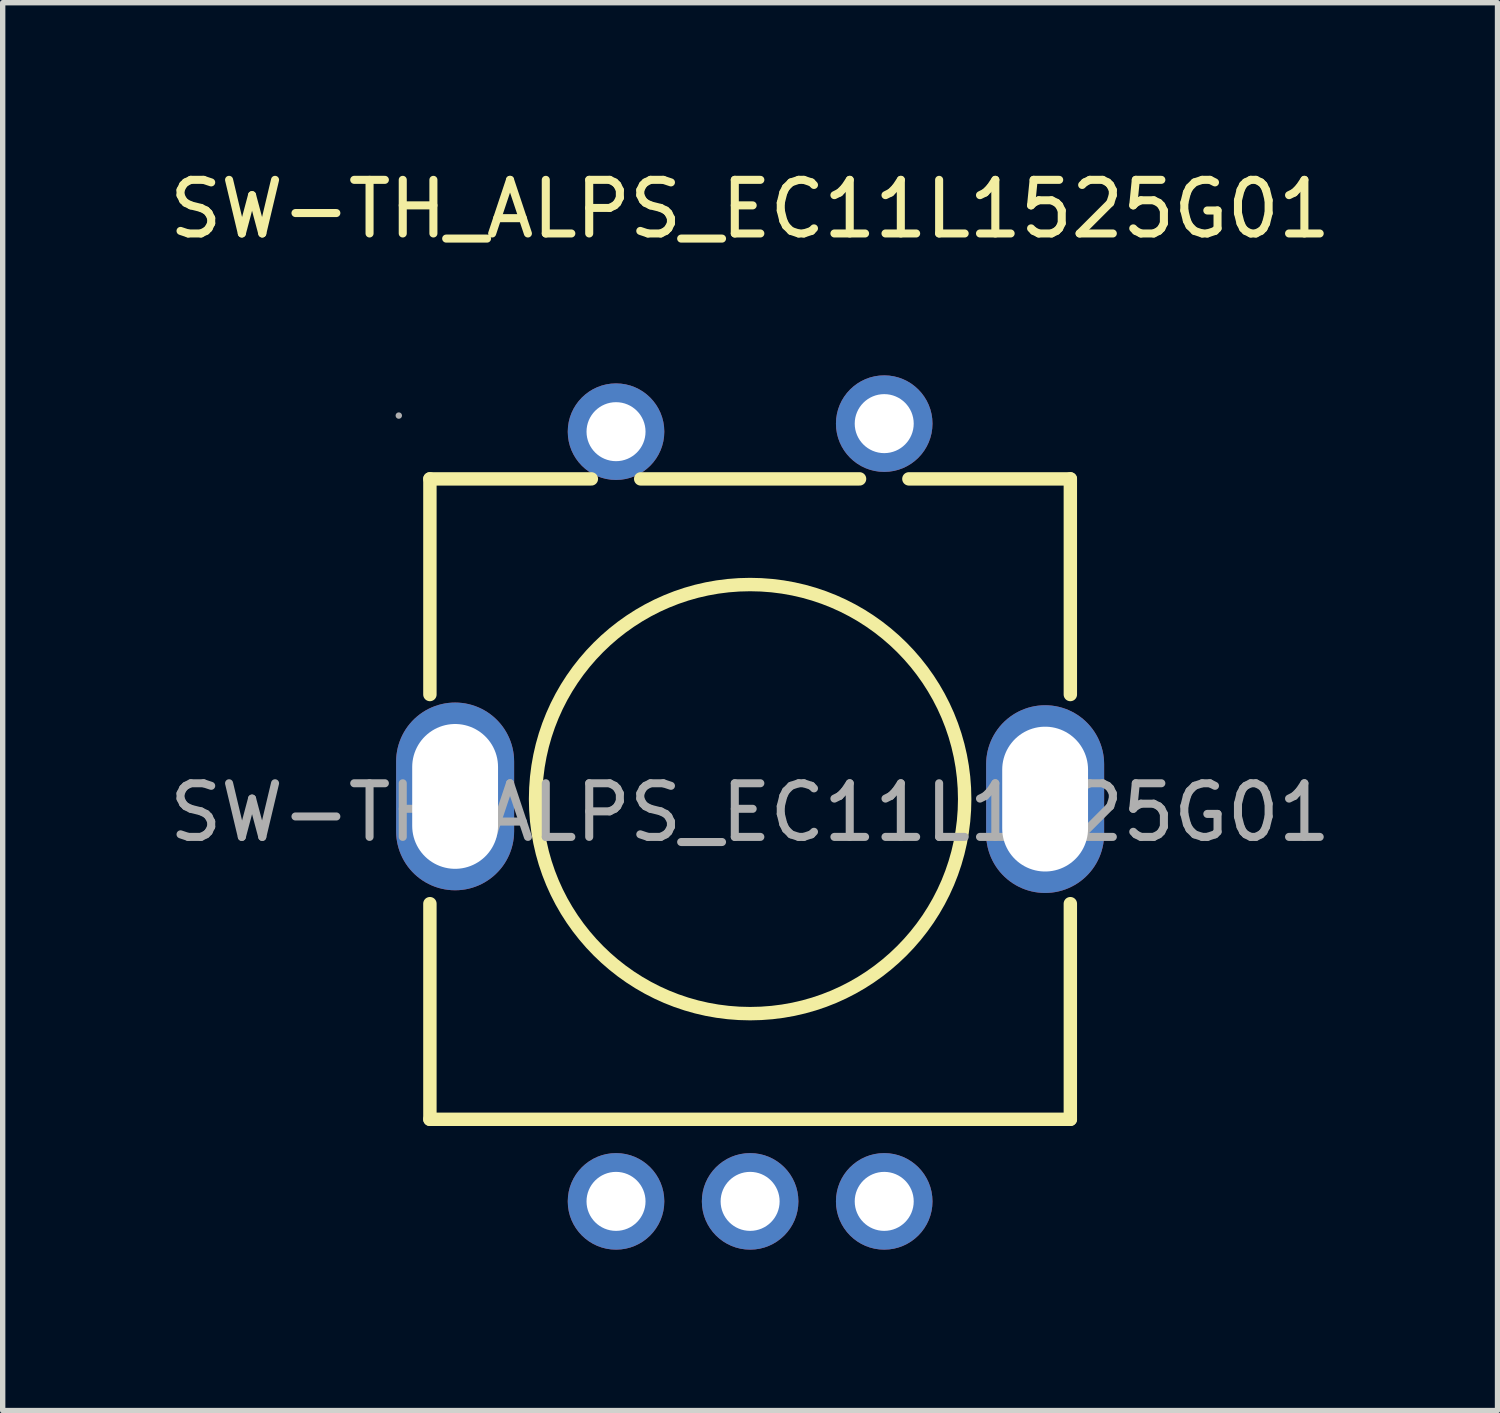
<source format=kicad_pcb>
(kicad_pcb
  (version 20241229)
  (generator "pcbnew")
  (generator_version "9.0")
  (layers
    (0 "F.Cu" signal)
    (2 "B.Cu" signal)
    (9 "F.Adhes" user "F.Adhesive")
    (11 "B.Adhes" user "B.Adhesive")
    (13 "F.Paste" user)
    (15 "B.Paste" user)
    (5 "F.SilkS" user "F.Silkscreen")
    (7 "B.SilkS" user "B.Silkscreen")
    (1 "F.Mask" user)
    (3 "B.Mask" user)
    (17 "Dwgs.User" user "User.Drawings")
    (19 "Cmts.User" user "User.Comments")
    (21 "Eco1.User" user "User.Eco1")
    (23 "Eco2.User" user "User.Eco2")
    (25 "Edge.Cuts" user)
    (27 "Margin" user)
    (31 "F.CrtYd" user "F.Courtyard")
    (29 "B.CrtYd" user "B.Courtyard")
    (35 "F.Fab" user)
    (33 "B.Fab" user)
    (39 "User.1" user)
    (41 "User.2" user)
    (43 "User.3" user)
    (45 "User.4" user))
  (footprint "SW-TH_ALPS_EC11L1525G01"
    (layer "F.Cu")
    (at 10.935 12.098)
    (property "Reference" "SW-TH_ALPS_EC11L1525G01" (at 0 -11.25 0) (layer "F.SilkS") (effects (font (size 1 1) (thickness 0.15))))
    (attr smd)
    (fp_line (start -5.97 -6.22) (end -5.97 -2.2) (stroke (width 0.25) (type solid)) (layer "F.SilkS"))
    (fp_line (start -5.97 1.7) (end -5.97 5.72) (stroke (width 0.25) (type solid)) (layer "F.SilkS"))
    (fp_line (start -5.97 5.72) (end 5.97 5.72) (stroke (width 0.25) (type solid)) (layer "F.SilkS"))
    (fp_line (start -2.96 -6.22) (end -5.97 -6.22) (stroke (width 0.25) (type solid)) (layer "F.SilkS"))
    (fp_line (start 2.04 -6.22) (end -2.04 -6.22) (stroke (width 0.25) (type solid)) (layer "F.SilkS"))
    (fp_line (start 5.97 -6.22) (end 2.96 -6.22) (stroke (width 0.25) (type solid)) (layer "F.SilkS"))
    (fp_line (start 5.97 -2.2) (end 5.97 -6.22) (stroke (width 0.25) (type solid)) (layer "F.SilkS"))
    (fp_line (start 5.97 5.72) (end 5.97 1.7) (stroke (width 0.25) (type solid)) (layer "F.SilkS"))
    (fp_circle (center 0 -0.25) (end 4 -0.25) (stroke (width 0.25) (type solid)) (fill no) (layer "F.SilkS"))
    (fp_circle (center -6.55 -7.4) (end -6.52 -7.4) (stroke (width 0.06) (type solid)) (fill no) (layer "F.Fab"))
    (fp_text user "${REFERENCE}" (at 0 0 0) (layer "F.Fab") (effects (font (size 1 1) (thickness 0.15))))
    (pad "6" thru_hole oval (at -5.5 -0.3) (size 2.2 3.5) (drill oval 1.6 2.7) (layers "*.Cu" "*.Paste" "*.Mask"))
    (pad "7" thru_hole oval (at 5.5 -0.25) (size 2.2 3.5) (drill oval 1.6 2.7) (layers "*.Cu" "*.Paste" "*.Mask"))
    (pad "A" thru_hole circle (at -2.5 7.25) (size 1.8 1.8) (drill 1.1) (layers "*.Cu" "*.Paste" "*.Mask"))
    (pad "B" thru_hole circle (at 2.5 7.25) (size 1.8 1.8) (drill 1.1) (layers "*.Cu" "*.Paste" "*.Mask"))
    (pad "C" thru_hole circle (at 0 7.25) (size 1.8 1.8) (drill 1.1) (layers "*.Cu" "*.Paste" "*.Mask"))
    (pad "D" thru_hole circle (at -2.5 -7.1) (size 1.8 1.8) (drill 1.1) (layers "*.Cu" "*.Paste" "*.Mask"))
    (pad "E" thru_hole circle (at 2.5 -7.25) (size 1.8 1.8) (drill 1.1) (layers "*.Cu" "*.Paste" "*.Mask")))
  (gr_rect
    (start -3 -3)
    (end 24.869 23.248)
    (stroke (width 0.1) (type default))
    (fill no)
    (layer "Edge.Cuts")))
</source>
